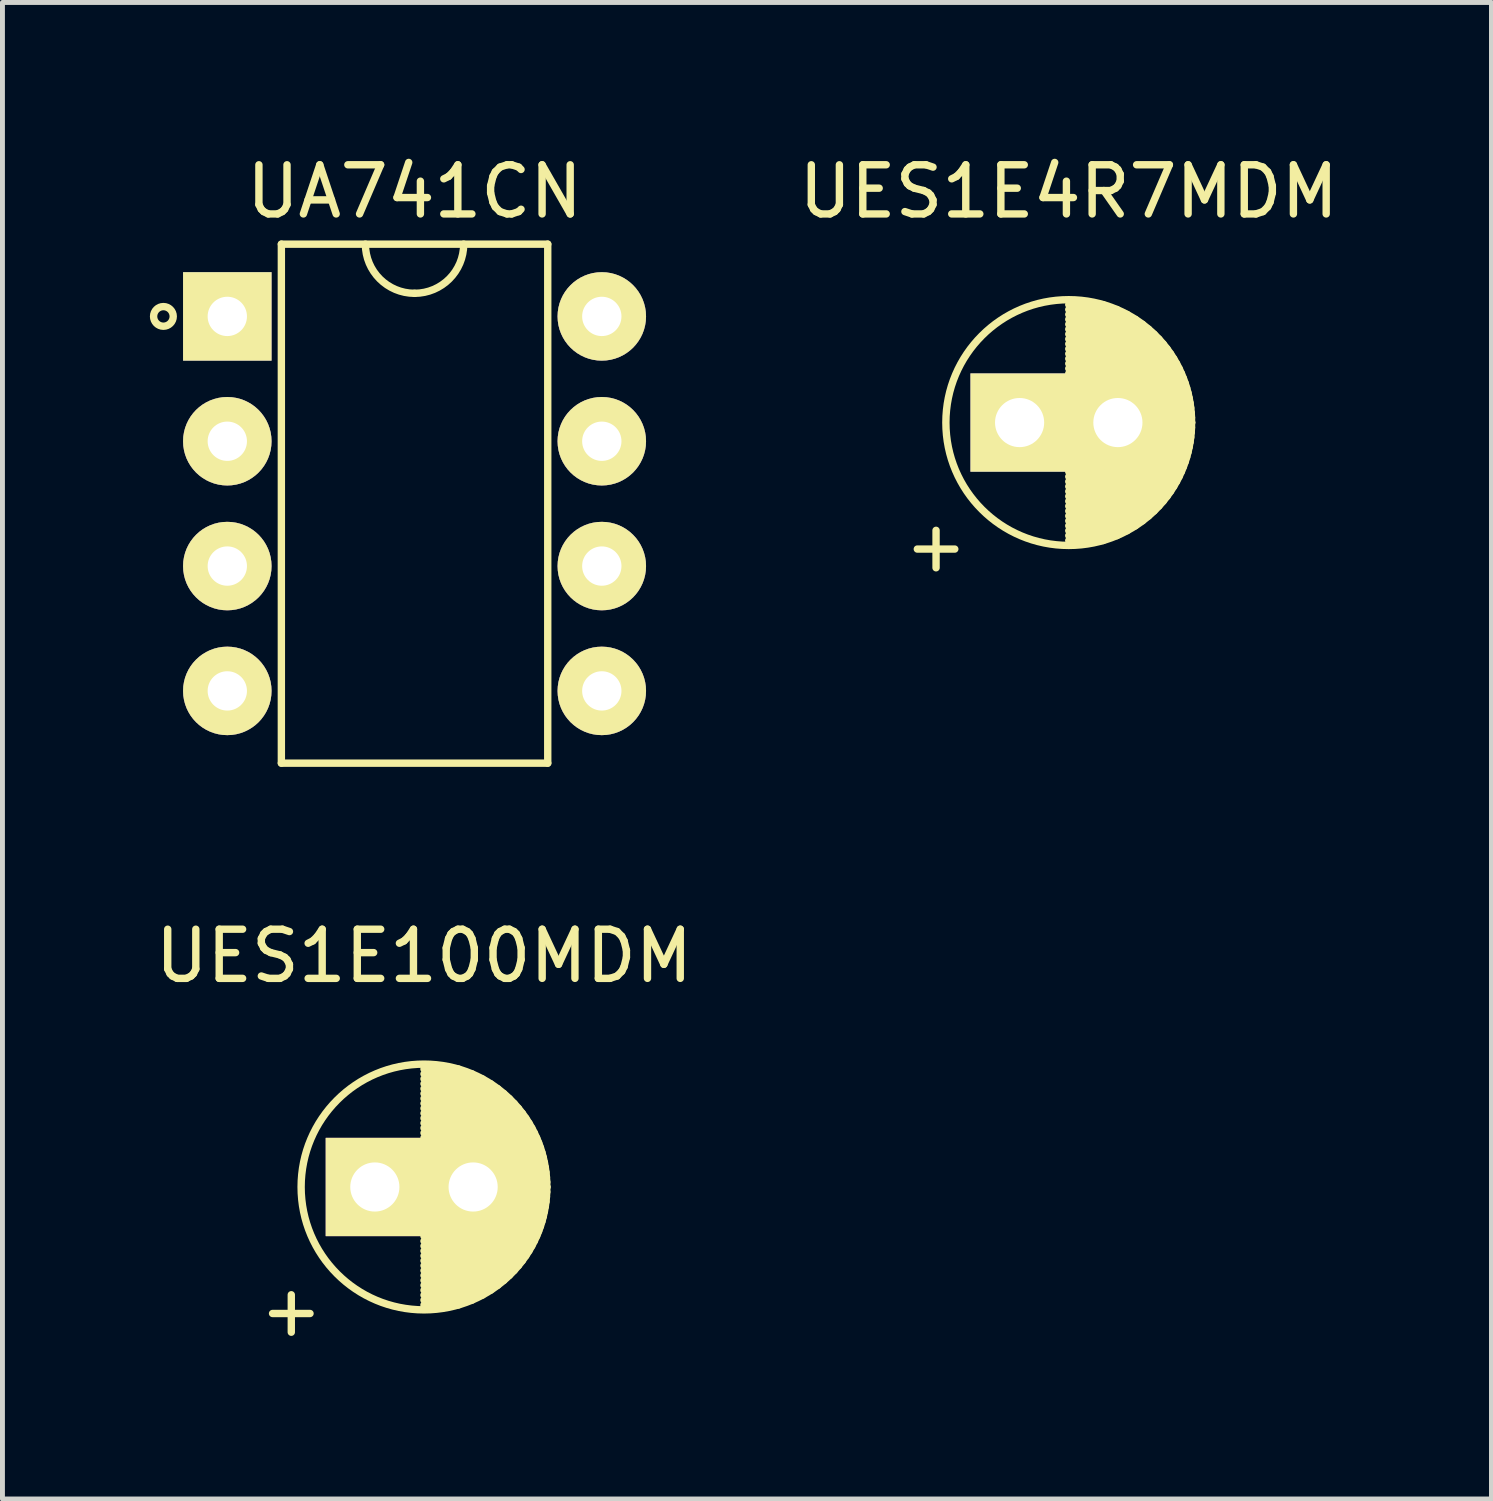
<source format=kicad_pcb>
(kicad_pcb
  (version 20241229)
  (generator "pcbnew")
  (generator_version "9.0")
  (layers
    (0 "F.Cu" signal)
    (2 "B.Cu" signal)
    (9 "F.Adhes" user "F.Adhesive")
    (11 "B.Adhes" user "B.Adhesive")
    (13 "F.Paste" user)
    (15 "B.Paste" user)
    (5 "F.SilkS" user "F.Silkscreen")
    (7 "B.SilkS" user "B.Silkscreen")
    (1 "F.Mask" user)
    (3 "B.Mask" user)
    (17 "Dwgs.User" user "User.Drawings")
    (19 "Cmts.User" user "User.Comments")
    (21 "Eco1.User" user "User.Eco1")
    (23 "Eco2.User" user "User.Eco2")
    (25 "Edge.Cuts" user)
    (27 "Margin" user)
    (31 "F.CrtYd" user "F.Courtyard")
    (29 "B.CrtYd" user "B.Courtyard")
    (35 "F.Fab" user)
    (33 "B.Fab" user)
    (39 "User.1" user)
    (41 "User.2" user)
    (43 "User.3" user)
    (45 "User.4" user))
  (footprint "UES1E100MDM"
    (layer "F.Cu")
    (at 4.577 21.102)
    (property "Reference" "UES1E100MDM" (at 1 -4.7 0) (layer "F.SilkS") (effects (font (size 1 1) (thickness 0.15))))
    (attr through_hole)
    (fp_line (start 1 -2.4) (end 1.7 -2.4) (stroke (width 0.15) (type solid)) (layer "F.SilkS"))
    (fp_line (start 1 -2.3) (end 1.98 -2.3) (stroke (width 0.15) (type solid)) (layer "F.SilkS"))
    (fp_line (start 1 -2.2) (end 2.187 -2.2) (stroke (width 0.15) (type solid)) (layer "F.SilkS"))
    (fp_line (start 1 -2.1) (end 2.356 -2.1) (stroke (width 0.15) (type solid)) (layer "F.SilkS"))
    (fp_line (start 1 -2) (end 2.5 -2) (stroke (width 0.15) (type solid)) (layer "F.SilkS"))
    (fp_line (start 1 -1.9) (end 2.625 -1.9) (stroke (width 0.15) (type solid)) (layer "F.SilkS"))
    (fp_line (start 1 -1.8) (end 2.735 -1.8) (stroke (width 0.15) (type solid)) (layer "F.SilkS"))
    (fp_line (start 1 -1.7) (end 2.833 -1.7) (stroke (width 0.15) (type solid)) (layer "F.SilkS"))
    (fp_line (start 1 -1.6) (end 2.921 -1.6) (stroke (width 0.15) (type solid)) (layer "F.SilkS"))
    (fp_line (start 1 -1.5) (end 3 -1.5) (stroke (width 0.15) (type solid)) (layer "F.SilkS"))
    (fp_line (start 1 -1.4) (end 3.071 -1.4) (stroke (width 0.15) (type solid)) (layer "F.SilkS"))
    (fp_line (start 1 -1.3) (end 3.135 -1.3) (stroke (width 0.15) (type solid)) (layer "F.SilkS"))
    (fp_line (start 1 -1.2) (end 3.193 -1.2) (stroke (width 0.15) (type solid)) (layer "F.SilkS"))
    (fp_line (start 1 -1.1) (end 3.245 -1.1) (stroke (width 0.15) (type solid)) (layer "F.SilkS"))
    (fp_line (start 1 -1) (end 3.291 -1) (stroke (width 0.15) (type solid)) (layer "F.SilkS"))
    (fp_line (start 1 -0.9) (end 3.332 -0.9) (stroke (width 0.15) (type solid)) (layer "F.SilkS"))
    (fp_line (start 1 -0.8) (end 3.369 -0.8) (stroke (width 0.15) (type solid)) (layer "F.SilkS"))
    (fp_line (start 1 -0.7) (end 3.4 -0.7) (stroke (width 0.15) (type solid)) (layer "F.SilkS"))
    (fp_line (start 1 -0.6) (end 3.427 -0.6) (stroke (width 0.15) (type solid)) (layer "F.SilkS"))
    (fp_line (start 1 -0.5) (end 3.449 -0.5) (stroke (width 0.15) (type solid)) (layer "F.SilkS"))
    (fp_line (start 1 -0.4) (end 3.468 -0.4) (stroke (width 0.15) (type solid)) (layer "F.SilkS"))
    (fp_line (start 1 -0.3) (end 3.482 -0.3) (stroke (width 0.15) (type solid)) (layer "F.SilkS"))
    (fp_line (start 1 -0.2) (end 3.492 -0.2) (stroke (width 0.15) (type solid)) (layer "F.SilkS"))
    (fp_line (start 1 -0.1) (end 3.498 -0.1) (stroke (width 0.15) (type solid)) (layer "F.SilkS"))
    (fp_line (start 1 0) (end 3.5 0) (stroke (width 0.15) (type solid)) (layer "F.SilkS"))
    (fp_line (start 1 0) (end 3.5 0) (stroke (width 0.15) (type solid)) (layer "F.SilkS"))
    (fp_line (start 1 0.1) (end 3.498 0.1) (stroke (width 0.15) (type solid)) (layer "F.SilkS"))
    (fp_line (start 1 0.2) (end 3.492 0.2) (stroke (width 0.15) (type solid)) (layer "F.SilkS"))
    (fp_line (start 1 0.3) (end 3.482 0.3) (stroke (width 0.15) (type solid)) (layer "F.SilkS"))
    (fp_line (start 1 0.4) (end 3.468 0.4) (stroke (width 0.15) (type solid)) (layer "F.SilkS"))
    (fp_line (start 1 0.5) (end 3.449 0.5) (stroke (width 0.15) (type solid)) (layer "F.SilkS"))
    (fp_line (start 1 0.6) (end 3.427 0.6) (stroke (width 0.15) (type solid)) (layer "F.SilkS"))
    (fp_line (start 1 0.7) (end 3.4 0.7) (stroke (width 0.15) (type solid)) (layer "F.SilkS"))
    (fp_line (start 1 0.8) (end 3.369 0.8) (stroke (width 0.15) (type solid)) (layer "F.SilkS"))
    (fp_line (start 1 0.9) (end 3.332 0.9) (stroke (width 0.15) (type solid)) (layer "F.SilkS"))
    (fp_line (start 1 1) (end 3.291 1) (stroke (width 0.15) (type solid)) (layer "F.SilkS"))
    (fp_line (start 1 1.1) (end 3.245 1.1) (stroke (width 0.15) (type solid)) (layer "F.SilkS"))
    (fp_line (start 1 1.2) (end 3.193 1.2) (stroke (width 0.15) (type solid)) (layer "F.SilkS"))
    (fp_line (start 1 1.3) (end 3.135 1.3) (stroke (width 0.15) (type solid)) (layer "F.SilkS"))
    (fp_line (start 1 1.4) (end 3.071 1.4) (stroke (width 0.15) (type solid)) (layer "F.SilkS"))
    (fp_line (start 1 1.5) (end 3 1.5) (stroke (width 0.15) (type solid)) (layer "F.SilkS"))
    (fp_line (start 1 1.6) (end 2.921 1.6) (stroke (width 0.15) (type solid)) (layer "F.SilkS"))
    (fp_line (start 1 1.7) (end 2.833 1.7) (stroke (width 0.15) (type solid)) (layer "F.SilkS"))
    (fp_line (start 1 1.8) (end 2.735 1.8) (stroke (width 0.15) (type solid)) (layer "F.SilkS"))
    (fp_line (start 1 1.9) (end 2.625 1.9) (stroke (width 0.15) (type solid)) (layer "F.SilkS"))
    (fp_line (start 1 2) (end 2.5 2) (stroke (width 0.15) (type solid)) (layer "F.SilkS"))
    (fp_line (start 1 2.1) (end 2.356 2.1) (stroke (width 0.15) (type solid)) (layer "F.SilkS"))
    (fp_line (start 1 2.2) (end 2.187 2.2) (stroke (width 0.15) (type solid)) (layer "F.SilkS"))
    (fp_line (start 1 2.3) (end 1.98 2.3) (stroke (width 0.15) (type solid)) (layer "F.SilkS"))
    (fp_line (start 1 2.4) (end 1.7 2.4) (stroke (width 0.15) (type solid)) (layer "F.SilkS"))
    (fp_circle (center 1 0) (end 1 -2.5) (stroke (width 0.15) (type solid)) (fill no) (layer "F.SilkS"))
    (fp_text user "+" (at -1.7 2.5 0) (layer "F.SilkS") (effects (font (size 1 1) (thickness 0.15))))
    (pad "1" thru_hole rect (at 0 0) (size 2 2) (drill 1) (layers "*.Cu" "*.Mask" "F.SilkS"))
    (pad "2" thru_hole circle (at 2 0) (size 2 2) (drill 1) (layers "*.Cu" "*.Mask" "F.SilkS")))
  (footprint "UES1E4R7MDM"
    (layer "F.Cu")
    (at 17.696 5.548)
    (property "Reference" "UES1E4R7MDM" (at 1 -4.7 0) (layer "F.SilkS") (effects (font (size 1 1) (thickness 0.15))))
    (attr through_hole)
    (fp_line (start 1 -2.4) (end 1.7 -2.4) (stroke (width 0.15) (type solid)) (layer "F.SilkS"))
    (fp_line (start 1 -2.3) (end 1.98 -2.3) (stroke (width 0.15) (type solid)) (layer "F.SilkS"))
    (fp_line (start 1 -2.2) (end 2.187 -2.2) (stroke (width 0.15) (type solid)) (layer "F.SilkS"))
    (fp_line (start 1 -2.1) (end 2.356 -2.1) (stroke (width 0.15) (type solid)) (layer "F.SilkS"))
    (fp_line (start 1 -2) (end 2.5 -2) (stroke (width 0.15) (type solid)) (layer "F.SilkS"))
    (fp_line (start 1 -1.9) (end 2.625 -1.9) (stroke (width 0.15) (type solid)) (layer "F.SilkS"))
    (fp_line (start 1 -1.8) (end 2.735 -1.8) (stroke (width 0.15) (type solid)) (layer "F.SilkS"))
    (fp_line (start 1 -1.7) (end 2.833 -1.7) (stroke (width 0.15) (type solid)) (layer "F.SilkS"))
    (fp_line (start 1 -1.6) (end 2.921 -1.6) (stroke (width 0.15) (type solid)) (layer "F.SilkS"))
    (fp_line (start 1 -1.5) (end 3 -1.5) (stroke (width 0.15) (type solid)) (layer "F.SilkS"))
    (fp_line (start 1 -1.4) (end 3.071 -1.4) (stroke (width 0.15) (type solid)) (layer "F.SilkS"))
    (fp_line (start 1 -1.3) (end 3.135 -1.3) (stroke (width 0.15) (type solid)) (layer "F.SilkS"))
    (fp_line (start 1 -1.2) (end 3.193 -1.2) (stroke (width 0.15) (type solid)) (layer "F.SilkS"))
    (fp_line (start 1 -1.1) (end 3.245 -1.1) (stroke (width 0.15) (type solid)) (layer "F.SilkS"))
    (fp_line (start 1 -1) (end 3.291 -1) (stroke (width 0.15) (type solid)) (layer "F.SilkS"))
    (fp_line (start 1 -0.9) (end 3.332 -0.9) (stroke (width 0.15) (type solid)) (layer "F.SilkS"))
    (fp_line (start 1 -0.8) (end 3.369 -0.8) (stroke (width 0.15) (type solid)) (layer "F.SilkS"))
    (fp_line (start 1 -0.7) (end 3.4 -0.7) (stroke (width 0.15) (type solid)) (layer "F.SilkS"))
    (fp_line (start 1 -0.6) (end 3.427 -0.6) (stroke (width 0.15) (type solid)) (layer "F.SilkS"))
    (fp_line (start 1 -0.5) (end 3.449 -0.5) (stroke (width 0.15) (type solid)) (layer "F.SilkS"))
    (fp_line (start 1 -0.4) (end 3.468 -0.4) (stroke (width 0.15) (type solid)) (layer "F.SilkS"))
    (fp_line (start 1 -0.3) (end 3.482 -0.3) (stroke (width 0.15) (type solid)) (layer "F.SilkS"))
    (fp_line (start 1 -0.2) (end 3.492 -0.2) (stroke (width 0.15) (type solid)) (layer "F.SilkS"))
    (fp_line (start 1 -0.1) (end 3.498 -0.1) (stroke (width 0.15) (type solid)) (layer "F.SilkS"))
    (fp_line (start 1 0) (end 3.5 0) (stroke (width 0.15) (type solid)) (layer "F.SilkS"))
    (fp_line (start 1 0) (end 3.5 0) (stroke (width 0.15) (type solid)) (layer "F.SilkS"))
    (fp_line (start 1 0.1) (end 3.498 0.1) (stroke (width 0.15) (type solid)) (layer "F.SilkS"))
    (fp_line (start 1 0.2) (end 3.492 0.2) (stroke (width 0.15) (type solid)) (layer "F.SilkS"))
    (fp_line (start 1 0.3) (end 3.482 0.3) (stroke (width 0.15) (type solid)) (layer "F.SilkS"))
    (fp_line (start 1 0.4) (end 3.468 0.4) (stroke (width 0.15) (type solid)) (layer "F.SilkS"))
    (fp_line (start 1 0.5) (end 3.449 0.5) (stroke (width 0.15) (type solid)) (layer "F.SilkS"))
    (fp_line (start 1 0.6) (end 3.427 0.6) (stroke (width 0.15) (type solid)) (layer "F.SilkS"))
    (fp_line (start 1 0.7) (end 3.4 0.7) (stroke (width 0.15) (type solid)) (layer "F.SilkS"))
    (fp_line (start 1 0.8) (end 3.369 0.8) (stroke (width 0.15) (type solid)) (layer "F.SilkS"))
    (fp_line (start 1 0.9) (end 3.332 0.9) (stroke (width 0.15) (type solid)) (layer "F.SilkS"))
    (fp_line (start 1 1) (end 3.291 1) (stroke (width 0.15) (type solid)) (layer "F.SilkS"))
    (fp_line (start 1 1.1) (end 3.245 1.1) (stroke (width 0.15) (type solid)) (layer "F.SilkS"))
    (fp_line (start 1 1.2) (end 3.193 1.2) (stroke (width 0.15) (type solid)) (layer "F.SilkS"))
    (fp_line (start 1 1.3) (end 3.135 1.3) (stroke (width 0.15) (type solid)) (layer "F.SilkS"))
    (fp_line (start 1 1.4) (end 3.071 1.4) (stroke (width 0.15) (type solid)) (layer "F.SilkS"))
    (fp_line (start 1 1.5) (end 3 1.5) (stroke (width 0.15) (type solid)) (layer "F.SilkS"))
    (fp_line (start 1 1.6) (end 2.921 1.6) (stroke (width 0.15) (type solid)) (layer "F.SilkS"))
    (fp_line (start 1 1.7) (end 2.833 1.7) (stroke (width 0.15) (type solid)) (layer "F.SilkS"))
    (fp_line (start 1 1.8) (end 2.735 1.8) (stroke (width 0.15) (type solid)) (layer "F.SilkS"))
    (fp_line (start 1 1.9) (end 2.625 1.9) (stroke (width 0.15) (type solid)) (layer "F.SilkS"))
    (fp_line (start 1 2) (end 2.5 2) (stroke (width 0.15) (type solid)) (layer "F.SilkS"))
    (fp_line (start 1 2.1) (end 2.356 2.1) (stroke (width 0.15) (type solid)) (layer "F.SilkS"))
    (fp_line (start 1 2.2) (end 2.187 2.2) (stroke (width 0.15) (type solid)) (layer "F.SilkS"))
    (fp_line (start 1 2.3) (end 1.98 2.3) (stroke (width 0.15) (type solid)) (layer "F.SilkS"))
    (fp_line (start 1 2.4) (end 1.7 2.4) (stroke (width 0.15) (type solid)) (layer "F.SilkS"))
    (fp_circle (center 1 0) (end 1 -2.5) (stroke (width 0.15) (type solid)) (fill no) (layer "F.SilkS"))
    (fp_text user "+" (at -1.7 2.5 0) (layer "F.SilkS") (effects (font (size 1 1) (thickness 0.15))))
    (pad "1" thru_hole rect (at 0 0) (size 2 2) (drill 1) (layers "*.Cu" "*.Mask" "F.SilkS"))
    (pad "2" thru_hole circle (at 2 0) (size 2 2) (drill 1) (layers "*.Cu" "*.Mask" "F.SilkS")))
  (footprint "UA741CN"
    (layer "F.Cu")
    (at 1.575 3.388)
    (property "Reference" "UA741CN" (at 3.81 -2.54 0) (layer "F.SilkS") (effects (font (size 1 1) (thickness 0.15))))
    (attr through_hole)
    (fp_line (start 1.1 -1.47) (end 6.52 -1.47) (stroke (width 0.15) (type solid)) (layer "F.SilkS"))
    (fp_line (start 1.1 9.09) (end 1.1 -1.47) (stroke (width 0.15) (type solid)) (layer "F.SilkS"))
    (fp_line (start 6.52 -1.47) (end 6.52 9.09) (stroke (width 0.15) (type solid)) (layer "F.SilkS"))
    (fp_line (start 6.52 9.09) (end 1.1 9.09) (stroke (width 0.15) (type solid)) (layer "F.SilkS"))
    (fp_arc (start 3.81 -0.47) (mid 3.102893 -0.762893) (end 2.81 -1.47) (stroke (width 0.15) (type solid)) (layer "F.SilkS"))
    (fp_arc (start 4.81 -1.47) (mid 4.517107 -0.762893) (end 3.81 -0.47) (stroke (width 0.15) (type solid)) (layer "F.SilkS"))
    (fp_circle (center -1.3 0) (end -1.3 0.2) (stroke (width 0.15) (type solid)) (fill no) (layer "F.SilkS"))
    (pad "1" thru_hole rect (at 0 0) (size 1.8 1.8) (drill 0.8) (layers "*.Cu" "*.Mask" "F.SilkS"))
    (pad "2" thru_hole circle (at 0 2.54) (size 1.8 1.8) (drill 0.8) (layers "*.Cu" "*.Mask" "F.SilkS"))
    (pad "3" thru_hole circle (at 0 5.08) (size 1.8 1.8) (drill 0.8) (layers "*.Cu" "*.Mask" "F.SilkS"))
    (pad "4" thru_hole circle (at 0 7.62) (size 1.8 1.8) (drill 0.8) (layers "*.Cu" "*.Mask" "F.SilkS"))
    (pad "5" thru_hole circle (at 7.62 7.62) (size 1.8 1.8) (drill 0.8) (layers "*.Cu" "*.Mask" "F.SilkS"))
    (pad "6" thru_hole circle (at 7.62 5.08) (size 1.8 1.8) (drill 0.8) (layers "*.Cu" "*.Mask" "F.SilkS"))
    (pad "7" thru_hole circle (at 7.62 2.54) (size 1.8 1.8) (drill 0.8) (layers "*.Cu" "*.Mask" "F.SilkS"))
    (pad "8" thru_hole circle (at 7.62 0) (size 1.8 1.8) (drill 0.8) (layers "*.Cu" "*.Mask" "F.SilkS")))
  (gr_rect
    (start -3 -3)
    (end 27.297 27.45)
    (stroke (width 0.1) (type default))
    (fill no)
    (layer "Edge.Cuts")))
</source>
